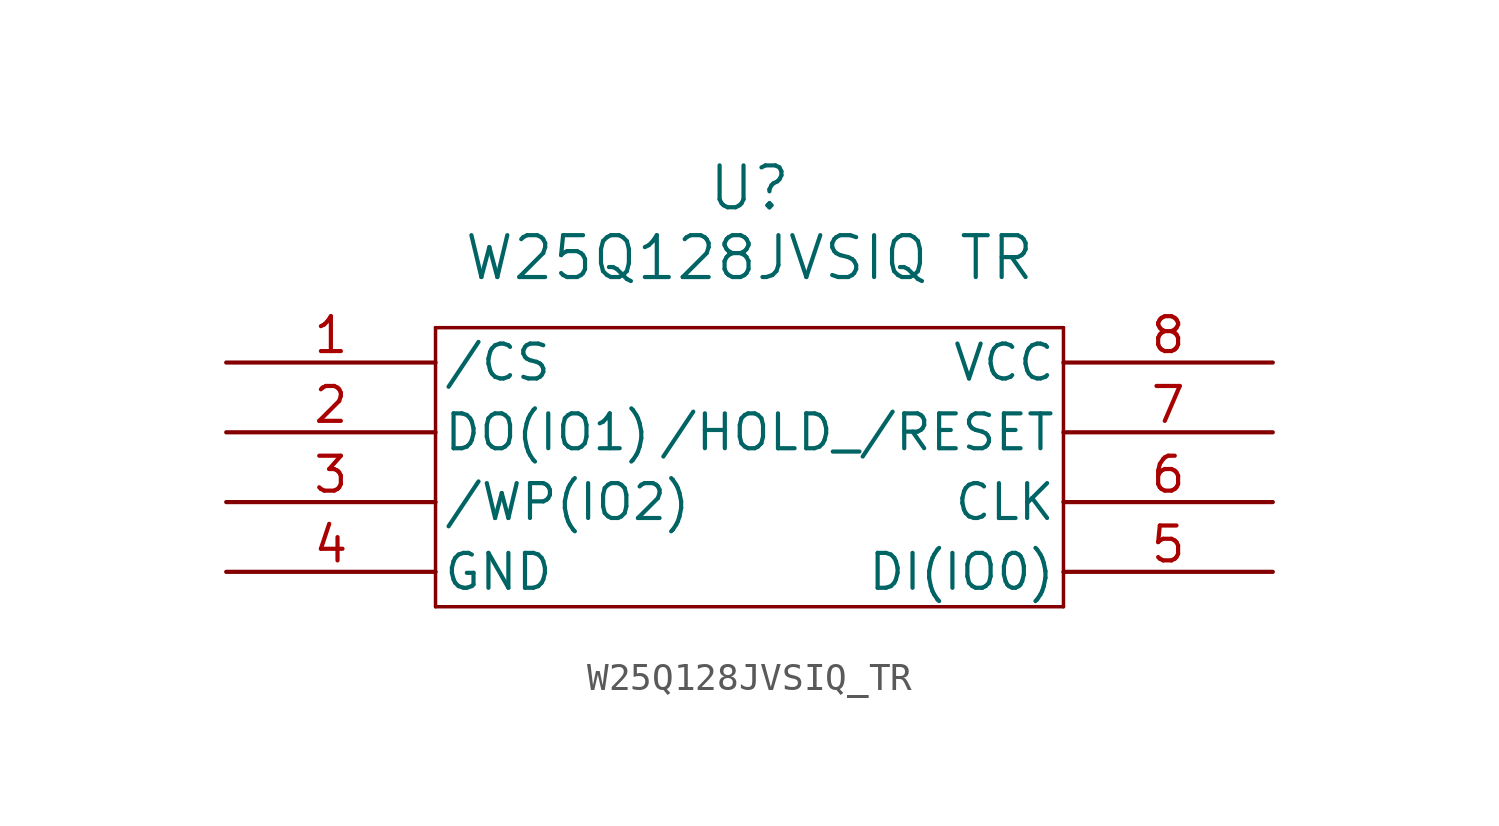
<source format=kicad_sym>
(kicad_symbol_lib
  (version 20220914)
  (generator kicad_symbol_editor)
  (symbol "W25Q128JVSIQ_TR"
    (pin_names
      (offset 0.254))
    (property "Reference" "U"
      (at 40.64 12.7 0)
      (effects (font (size 1.524 1.524))))
    (property "Value" "W25Q128JVSIQ TR"
      (at 40.64 10.16 0)
      (effects (font (size 1.524 1.524))))
    (property "ki_locked" ""
      (at 0 0 0)
      (effects (font (size 1.27 1.27))))
    (symbol "W25Q128JVSIQ_TR_0_1"
      (polyline (pts (xy 29.21 -2.54) (xy 52.07 -2.54)) (stroke (width 0.127) (type default)) (fill (type none)))
      (polyline (pts (xy 29.21 7.62) (xy 29.21 -2.54)) (stroke (width 0.127) (type default)) (fill (type none)))
      (polyline (pts (xy 52.07 -2.54) (xy 52.07 7.62)) (stroke (width 0.127) (type default)) (fill (type none)))
      (polyline (pts (xy 52.07 7.62) (xy 29.21 7.62)) (stroke (width 0.127) (type default)) (fill (type none)))
      (pin input line (at 21.59 6.35 0) (length 7.62) (name "/CS" (effects (font (size 1.27 1.27)))) (number "1" (effects (font (size 1.27 1.27)))))
      (pin bidirectional line (at 21.59 3.81 0) (length 7.62) (name "DO(IO1)" (effects (font (size 1.27 1.27)))) (number "2" (effects (font (size 1.27 1.27)))))
      (pin bidirectional line (at 21.59 1.27 0) (length 7.62) (name "/WP(IO2)" (effects (font (size 1.27 1.27)))) (number "3" (effects (font (size 1.27 1.27)))))
      (pin power_out line (at 21.59 -1.27 0) (length 7.62) (name "GND" (effects (font (size 1.27 1.27)))) (number "4" (effects (font (size 1.27 1.27)))))
      (pin bidirectional line (at 59.69 -1.27 180) (length 7.62) (name "DI(IO0)" (effects (font (size 1.27 1.27)))) (number "5" (effects (font (size 1.27 1.27)))))
      (pin input line (at 59.69 1.27 180) (length 7.62) (name "CLK" (effects (font (size 1.27 1.27)))) (number "6" (effects (font (size 1.27 1.27)))))
      (pin bidirectional line (at 59.69 3.81 180) (length 7.62) (name "/HOLD_/RESET" (effects (font (size 1.27 1.27)))) (number "7" (effects (font (size 1.27 1.27)))))
      (pin power_in line (at 59.69 6.35 180) (length 7.62) (name "VCC" (effects (font (size 1.27 1.27)))) (number "8" (effects (font (size 1.27 1.27))))))))
</source>
